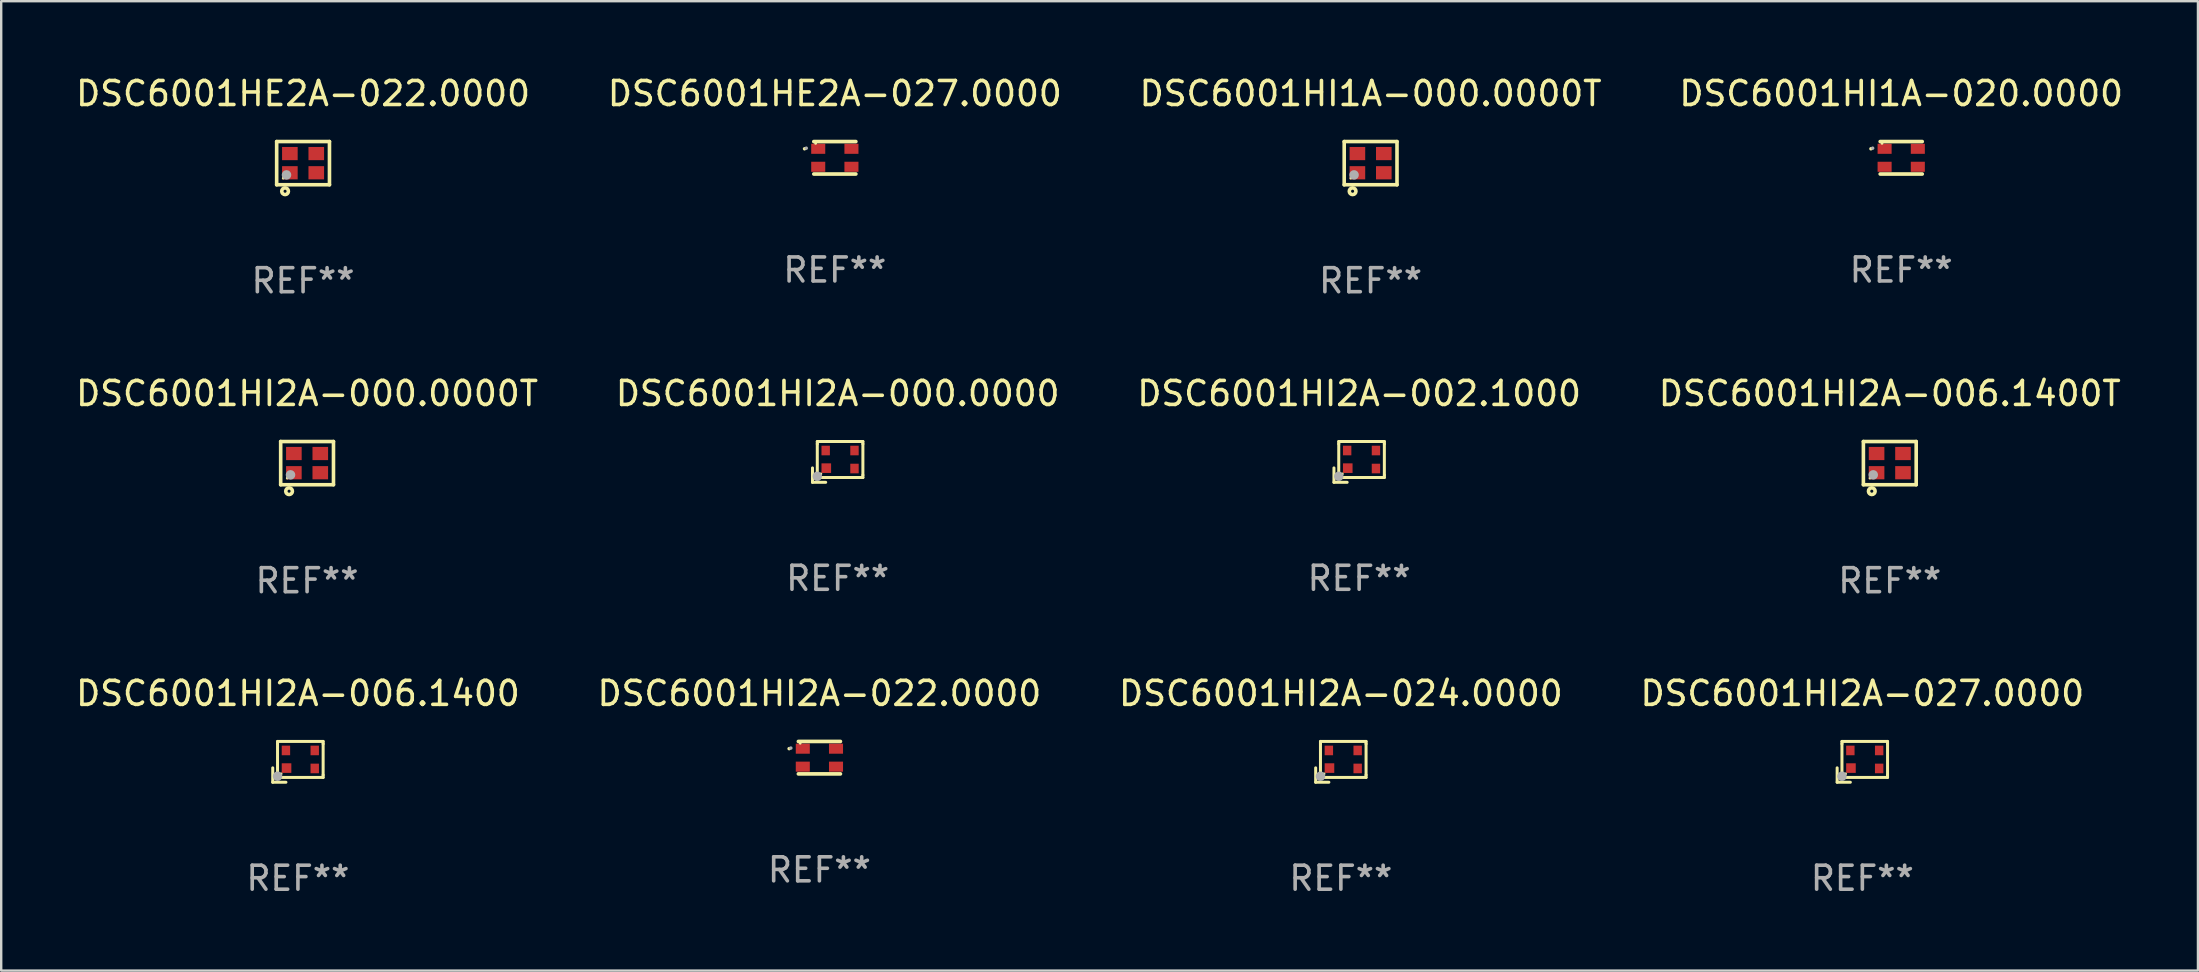
<source format=kicad_pcb>
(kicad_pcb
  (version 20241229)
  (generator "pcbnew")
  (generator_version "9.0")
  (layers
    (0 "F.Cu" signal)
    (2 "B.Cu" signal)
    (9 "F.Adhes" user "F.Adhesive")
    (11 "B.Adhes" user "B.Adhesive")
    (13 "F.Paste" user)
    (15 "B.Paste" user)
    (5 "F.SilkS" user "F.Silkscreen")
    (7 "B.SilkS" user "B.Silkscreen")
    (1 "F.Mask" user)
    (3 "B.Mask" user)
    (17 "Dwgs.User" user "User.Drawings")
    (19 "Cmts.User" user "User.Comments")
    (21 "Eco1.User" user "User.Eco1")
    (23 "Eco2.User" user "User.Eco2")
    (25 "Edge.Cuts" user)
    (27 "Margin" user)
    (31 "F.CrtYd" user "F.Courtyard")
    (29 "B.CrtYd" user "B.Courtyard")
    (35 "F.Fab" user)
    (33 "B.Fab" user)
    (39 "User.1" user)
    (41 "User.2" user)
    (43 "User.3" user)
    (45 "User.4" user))
  (footprint "DSC6001HI2A-002.1000"
    (layer "F.Cu")
    (at 53.577 16.195)
    (property "Reference" "DSC6001HI2A-002.1000" (at 0 -2.85 0) (layer "F.SilkS") (effects (font (size 1 1) (thickness 0.15))))
    (attr through_hole)
    (fp_line (start -1.05 0.25) (end -1.05 0.85) (stroke (width 0.125) (type solid)) (layer "F.SilkS"))
    (fp_line (start -1.05 0.85) (end -0.5 0.85) (stroke (width 0.125) (type solid)) (layer "F.SilkS"))
    (fp_line (start -0.85 -0.85) (end 1.05 -0.85) (stroke (width 0.125) (type solid)) (layer "F.SilkS"))
    (fp_line (start -0.85 -0.75) (end -0.85 -0.85) (stroke (width 0.125) (type solid)) (layer "F.SilkS"))
    (fp_line (start -0.85 -0.75) (end -0.85 0.6) (stroke (width 0.125) (type solid)) (layer "F.SilkS"))
    (fp_line (start -0.85 0.6) (end -0.85 0.65) (stroke (width 0.125) (type solid)) (layer "F.SilkS"))
    (fp_line (start 1.05 -0.85) (end 1.05 -0.75) (stroke (width 0.125) (type solid)) (layer "F.SilkS"))
    (fp_line (start 1.05 -0.75) (end 1.05 0.55) (stroke (width 0.125) (type solid)) (layer "F.SilkS"))
    (fp_line (start 1.05 0.55) (end 1.05 0.65) (stroke (width 0.125) (type solid)) (layer "F.SilkS"))
    (fp_line (start 1.05 0.65) (end -0.85 0.65) (stroke (width 0.125) (type solid)) (layer "F.SilkS"))
    (fp_circle (center -0.7 0.5) (end -0.67 0.5) (stroke (width 0.06) (type solid)) (fill no) (layer "F.SilkS"))
    (fp_circle (center -0.85 0.6) (end -0.75 0.6) (stroke (width 0.2) (type solid)) (fill no) (layer "F.Fab"))
    (fp_text user "REF**" (at 0 4.85 0) (layer "F.Fab") (effects (font (size 1 1) (thickness 0.15))))
    (pad "1" smd rect (at -0.475 0.26) (size 0.4 0.4) (layers "F.Cu" "F.Mask" "F.Paste"))
    (pad "2" smd rect (at 0.7 0.275) (size 0.35 0.4) (layers "F.Cu" "F.Mask" "F.Paste"))
    (pad "3" smd rect (at 0.7 -0.475 180) (size 0.35 0.4) (layers "F.Cu" "F.Mask" "F.Paste"))
    (pad "4" smd rect (at -0.5 -0.475) (size 0.35 0.4) (layers "F.Cu" "F.Mask" "F.Paste")))
  (footprint "DSC6001HI1A-020.0000"
    (layer "F.Cu")
    (at 76.161 3.524)
    (property "Reference" "DSC6001HI1A-020.0000" (at 0 -2.676 0) (layer "F.SilkS") (effects (font (size 1 1) (thickness 0.15))))
    (attr through_hole)
    (fp_line (start -0.876 -0.676) (end 0.876 -0.676) (stroke (width 0.152) (type solid)) (layer "F.SilkS"))
    (fp_line (start -0.876 0.676) (end 0.876 0.676) (stroke (width 0.152) (type solid)) (layer "F.SilkS"))
    (fp_circle (center -1.261 -0.375) (end -1.223 -0.375) (stroke (width 0.075) (type solid)) (fill no) (layer "F.SilkS"))
    (fp_circle (center -0.8 -0.6) (end -0.77 -0.6) (stroke (width 0.06) (type solid)) (fill no) (layer "F.SilkS"))
    (fp_circle (center -1.19 -0.4) (end -1.152 -0.4) (stroke (width 0.075) (type solid)) (fill no) (layer "F.Fab"))
    (fp_text user "REF**" (at 0 4.676 0) (layer "F.Fab") (effects (font (size 1 1) (thickness 0.15))))
    (pad "1" smd rect (at -0.692 -0.375) (size 0.585 0.42) (layers "F.Cu" "F.Mask" "F.Paste"))
    (pad "2" smd rect (at -0.692 0.375) (size 0.585 0.42) (layers "F.Cu" "F.Mask" "F.Paste"))
    (pad "3" smd rect (at 0.692 0.375) (size 0.585 0.42) (layers "F.Cu" "F.Mask" "F.Paste"))
    (pad "4" smd rect (at 0.692 -0.375) (size 0.585 0.42) (layers "F.Cu" "F.Mask" "F.Paste")))
  (footprint "DSC6001HI2A-027.0000"
    (layer "F.Cu")
    (at 74.542 28.691)
    (property "Reference" "DSC6001HI2A-027.0000" (at 0 -2.85 0) (layer "F.SilkS") (effects (font (size 1 1) (thickness 0.15))))
    (attr through_hole)
    (fp_line (start -1.05 0.25) (end -1.05 0.85) (stroke (width 0.125) (type solid)) (layer "F.SilkS"))
    (fp_line (start -1.05 0.85) (end -0.5 0.85) (stroke (width 0.125) (type solid)) (layer "F.SilkS"))
    (fp_line (start -0.85 -0.85) (end 1.05 -0.85) (stroke (width 0.125) (type solid)) (layer "F.SilkS"))
    (fp_line (start -0.85 -0.75) (end -0.85 -0.85) (stroke (width 0.125) (type solid)) (layer "F.SilkS"))
    (fp_line (start -0.85 -0.75) (end -0.85 0.6) (stroke (width 0.125) (type solid)) (layer "F.SilkS"))
    (fp_line (start -0.85 0.6) (end -0.85 0.65) (stroke (width 0.125) (type solid)) (layer "F.SilkS"))
    (fp_line (start 1.05 -0.85) (end 1.05 -0.75) (stroke (width 0.125) (type solid)) (layer "F.SilkS"))
    (fp_line (start 1.05 -0.75) (end 1.05 0.55) (stroke (width 0.125) (type solid)) (layer "F.SilkS"))
    (fp_line (start 1.05 0.55) (end 1.05 0.65) (stroke (width 0.125) (type solid)) (layer "F.SilkS"))
    (fp_line (start 1.05 0.65) (end -0.85 0.65) (stroke (width 0.125) (type solid)) (layer "F.SilkS"))
    (fp_circle (center -0.7 0.5) (end -0.67 0.5) (stroke (width 0.06) (type solid)) (fill no) (layer "F.SilkS"))
    (fp_circle (center -0.85 0.6) (end -0.75 0.6) (stroke (width 0.2) (type solid)) (fill no) (layer "F.Fab"))
    (fp_text user "REF**" (at 0 4.85 0) (layer "F.Fab") (effects (font (size 1 1) (thickness 0.15))))
    (pad "1" smd rect (at -0.475 0.26) (size 0.4 0.4) (layers "F.Cu" "F.Mask" "F.Paste"))
    (pad "2" smd rect (at 0.7 0.275) (size 0.35 0.4) (layers "F.Cu" "F.Mask" "F.Paste"))
    (pad "3" smd rect (at 0.7 -0.475 180) (size 0.35 0.4) (layers "F.Cu" "F.Mask" "F.Paste"))
    (pad "4" smd rect (at -0.5 -0.475) (size 0.35 0.4) (layers "F.Cu" "F.Mask" "F.Paste")))
  (footprint "DSC6001HI2A-024.0000"
    (layer "F.Cu")
    (at 52.815 28.691)
    (property "Reference" "DSC6001HI2A-024.0000" (at 0 -2.85 0) (layer "F.SilkS") (effects (font (size 1 1) (thickness 0.15))))
    (attr through_hole)
    (fp_line (start -1.05 0.25) (end -1.05 0.85) (stroke (width 0.125) (type solid)) (layer "F.SilkS"))
    (fp_line (start -1.05 0.85) (end -0.5 0.85) (stroke (width 0.125) (type solid)) (layer "F.SilkS"))
    (fp_line (start -0.85 -0.85) (end 1.05 -0.85) (stroke (width 0.125) (type solid)) (layer "F.SilkS"))
    (fp_line (start -0.85 -0.75) (end -0.85 -0.85) (stroke (width 0.125) (type solid)) (layer "F.SilkS"))
    (fp_line (start -0.85 -0.75) (end -0.85 0.6) (stroke (width 0.125) (type solid)) (layer "F.SilkS"))
    (fp_line (start -0.85 0.6) (end -0.85 0.65) (stroke (width 0.125) (type solid)) (layer "F.SilkS"))
    (fp_line (start 1.05 -0.85) (end 1.05 -0.75) (stroke (width 0.125) (type solid)) (layer "F.SilkS"))
    (fp_line (start 1.05 -0.75) (end 1.05 0.55) (stroke (width 0.125) (type solid)) (layer "F.SilkS"))
    (fp_line (start 1.05 0.55) (end 1.05 0.65) (stroke (width 0.125) (type solid)) (layer "F.SilkS"))
    (fp_line (start 1.05 0.65) (end -0.85 0.65) (stroke (width 0.125) (type solid)) (layer "F.SilkS"))
    (fp_circle (center -0.7 0.5) (end -0.67 0.5) (stroke (width 0.06) (type solid)) (fill no) (layer "F.SilkS"))
    (fp_circle (center -0.85 0.6) (end -0.75 0.6) (stroke (width 0.2) (type solid)) (fill no) (layer "F.Fab"))
    (fp_text user "REF**" (at 0 4.85 0) (layer "F.Fab") (effects (font (size 1 1) (thickness 0.15))))
    (pad "1" smd rect (at -0.475 0.26) (size 0.4 0.4) (layers "F.Cu" "F.Mask" "F.Paste"))
    (pad "2" smd rect (at 0.7 0.275) (size 0.35 0.4) (layers "F.Cu" "F.Mask" "F.Paste"))
    (pad "3" smd rect (at 0.7 -0.475 180) (size 0.35 0.4) (layers "F.Cu" "F.Mask" "F.Paste"))
    (pad "4" smd rect (at -0.5 -0.475) (size 0.35 0.4) (layers "F.Cu" "F.Mask" "F.Paste")))
  (footprint "DSC6001HE2A-022.0000"
    (layer "F.Cu")
    (at 9.577 3.748)
    (property "Reference" "DSC6001HE2A-022.0000" (at 0 -2.9 0) (layer "F.SilkS") (effects (font (size 1 1) (thickness 0.15))))
    (attr through_hole)
    (fp_line (start -1.1 -0.9) (end -1.1 0.9) (stroke (width 0.15) (type solid)) (layer "F.SilkS"))
    (fp_line (start -1.1 -0.9) (end 1.1 -0.9) (stroke (width 0.15) (type solid)) (layer "F.SilkS"))
    (fp_line (start -1.1 0.9) (end 1.1 0.9) (stroke (width 0.15) (type solid)) (layer "F.SilkS"))
    (fp_line (start 1.1 -0.9) (end 1.1 0.9) (stroke (width 0.15) (type solid)) (layer "F.SilkS"))
    (fp_circle (center -0.825 0.625) (end -0.795 0.625) (stroke (width 0.06) (type solid)) (fill no) (layer "F.SilkS"))
    (fp_circle (center -0.75 1.17) (end -0.686 1.17) (stroke (width 0.15) (type solid)) (fill no) (layer "F.SilkS"))
    (fp_circle (center -0.69 0.49) (end -0.59 0.49) (stroke (width 0.2) (type solid)) (fill no) (layer "F.Fab"))
    (fp_text user "REF**" (at 0 4.9 0) (layer "F.Fab") (effects (font (size 1 1) (thickness 0.15))))
    (pad "1" smd rect (at -0.55 0.4) (size 0.65 0.55) (layers "F.Cu" "F.Mask" "F.Paste"))
    (pad "2" smd rect (at 0.55 0.4) (size 0.65 0.55) (layers "F.Cu" "F.Mask" "F.Paste"))
    (pad "3" smd rect (at 0.55 -0.4) (size 0.65 0.55) (layers "F.Cu" "F.Mask" "F.Paste"))
    (pad "4" smd rect (at -0.55 -0.4) (size 0.65 0.55) (layers "F.Cu" "F.Mask" "F.Paste")))
  (footprint "DSC6001HI2A-022.0000"
    (layer "F.Cu")
    (at 31.089 28.517)
    (property "Reference" "DSC6001HI2A-022.0000" (at 0 -2.676 0) (layer "F.SilkS") (effects (font (size 1 1) (thickness 0.15))))
    (attr through_hole)
    (fp_line (start -0.876 -0.676) (end 0.876 -0.676) (stroke (width 0.152) (type solid)) (layer "F.SilkS"))
    (fp_line (start -0.876 0.676) (end 0.876 0.676) (stroke (width 0.152) (type solid)) (layer "F.SilkS"))
    (fp_circle (center -1.261 -0.375) (end -1.223 -0.375) (stroke (width 0.075) (type solid)) (fill no) (layer "F.SilkS"))
    (fp_circle (center -0.8 -0.6) (end -0.77 -0.6) (stroke (width 0.06) (type solid)) (fill no) (layer "F.SilkS"))
    (fp_circle (center -1.19 -0.4) (end -1.152 -0.4) (stroke (width 0.075) (type solid)) (fill no) (layer "F.Fab"))
    (fp_text user "REF**" (at 0 4.676 0) (layer "F.Fab") (effects (font (size 1 1) (thickness 0.15))))
    (pad "1" smd rect (at -0.692 -0.375) (size 0.585 0.42) (layers "F.Cu" "F.Mask" "F.Paste"))
    (pad "2" smd rect (at -0.692 0.375) (size 0.585 0.42) (layers "F.Cu" "F.Mask" "F.Paste"))
    (pad "3" smd rect (at 0.692 0.375) (size 0.585 0.42) (layers "F.Cu" "F.Mask" "F.Paste"))
    (pad "4" smd rect (at 0.692 -0.375) (size 0.585 0.42) (layers "F.Cu" "F.Mask" "F.Paste")))
  (footprint "DSC6001HI2A-006.1400T"
    (layer "F.Cu")
    (at 75.685 16.245)
    (property "Reference" "DSC6001HI2A-006.1400T" (at 0 -2.9 0) (layer "F.SilkS") (effects (font (size 1 1) (thickness 0.15))))
    (attr through_hole)
    (fp_line (start -1.1 -0.9) (end -1.1 0.9) (stroke (width 0.15) (type solid)) (layer "F.SilkS"))
    (fp_line (start -1.1 -0.9) (end 1.1 -0.9) (stroke (width 0.15) (type solid)) (layer "F.SilkS"))
    (fp_line (start -1.1 0.9) (end 1.1 0.9) (stroke (width 0.15) (type solid)) (layer "F.SilkS"))
    (fp_line (start 1.1 -0.9) (end 1.1 0.9) (stroke (width 0.15) (type solid)) (layer "F.SilkS"))
    (fp_circle (center -0.825 0.625) (end -0.795 0.625) (stroke (width 0.06) (type solid)) (fill no) (layer "F.SilkS"))
    (fp_circle (center -0.75 1.17) (end -0.686 1.17) (stroke (width 0.15) (type solid)) (fill no) (layer "F.SilkS"))
    (fp_circle (center -0.69 0.49) (end -0.59 0.49) (stroke (width 0.2) (type solid)) (fill no) (layer "F.Fab"))
    (fp_text user "REF**" (at 0 4.9 0) (layer "F.Fab") (effects (font (size 1 1) (thickness 0.15))))
    (pad "1" smd rect (at -0.55 0.4) (size 0.65 0.55) (layers "F.Cu" "F.Mask" "F.Paste"))
    (pad "2" smd rect (at 0.55 0.4) (size 0.65 0.55) (layers "F.Cu" "F.Mask" "F.Paste"))
    (pad "3" smd rect (at 0.55 -0.4) (size 0.65 0.55) (layers "F.Cu" "F.Mask" "F.Paste"))
    (pad "4" smd rect (at -0.55 -0.4) (size 0.65 0.55) (layers "F.Cu" "F.Mask" "F.Paste")))
  (footprint "DSC6001HE2A-027.0000"
    (layer "F.Cu")
    (at 31.732 3.524)
    (property "Reference" "DSC6001HE2A-027.0000" (at 0 -2.676 0) (layer "F.SilkS") (effects (font (size 1 1) (thickness 0.15))))
    (attr through_hole)
    (fp_line (start -0.876 -0.676) (end 0.876 -0.676) (stroke (width 0.152) (type solid)) (layer "F.SilkS"))
    (fp_line (start -0.876 0.676) (end 0.876 0.676) (stroke (width 0.152) (type solid)) (layer "F.SilkS"))
    (fp_circle (center -1.261 -0.375) (end -1.223 -0.375) (stroke (width 0.075) (type solid)) (fill no) (layer "F.SilkS"))
    (fp_circle (center -0.8 -0.6) (end -0.77 -0.6) (stroke (width 0.06) (type solid)) (fill no) (layer "F.SilkS"))
    (fp_circle (center -1.19 -0.4) (end -1.152 -0.4) (stroke (width 0.075) (type solid)) (fill no) (layer "F.Fab"))
    (fp_text user "REF**" (at 0 4.676 0) (layer "F.Fab") (effects (font (size 1 1) (thickness 0.15))))
    (pad "1" smd rect (at -0.692 -0.375) (size 0.585 0.42) (layers "F.Cu" "F.Mask" "F.Paste"))
    (pad "2" smd rect (at -0.692 0.375) (size 0.585 0.42) (layers "F.Cu" "F.Mask" "F.Paste"))
    (pad "3" smd rect (at 0.692 0.375) (size 0.585 0.42) (layers "F.Cu" "F.Mask" "F.Paste"))
    (pad "4" smd rect (at 0.692 -0.375) (size 0.585 0.42) (layers "F.Cu" "F.Mask" "F.Paste")))
  (footprint "DSC6001HI2A-000.0000"
    (layer "F.Cu")
    (at 31.851 16.195)
    (property "Reference" "DSC6001HI2A-000.0000" (at 0 -2.85 0) (layer "F.SilkS") (effects (font (size 1 1) (thickness 0.15))))
    (attr through_hole)
    (fp_line (start -1.05 0.25) (end -1.05 0.85) (stroke (width 0.125) (type solid)) (layer "F.SilkS"))
    (fp_line (start -1.05 0.85) (end -0.5 0.85) (stroke (width 0.125) (type solid)) (layer "F.SilkS"))
    (fp_line (start -0.85 -0.85) (end 1.05 -0.85) (stroke (width 0.125) (type solid)) (layer "F.SilkS"))
    (fp_line (start -0.85 -0.75) (end -0.85 -0.85) (stroke (width 0.125) (type solid)) (layer "F.SilkS"))
    (fp_line (start -0.85 -0.75) (end -0.85 0.6) (stroke (width 0.125) (type solid)) (layer "F.SilkS"))
    (fp_line (start -0.85 0.6) (end -0.85 0.65) (stroke (width 0.125) (type solid)) (layer "F.SilkS"))
    (fp_line (start 1.05 -0.85) (end 1.05 -0.75) (stroke (width 0.125) (type solid)) (layer "F.SilkS"))
    (fp_line (start 1.05 -0.75) (end 1.05 0.55) (stroke (width 0.125) (type solid)) (layer "F.SilkS"))
    (fp_line (start 1.05 0.55) (end 1.05 0.65) (stroke (width 0.125) (type solid)) (layer "F.SilkS"))
    (fp_line (start 1.05 0.65) (end -0.85 0.65) (stroke (width 0.125) (type solid)) (layer "F.SilkS"))
    (fp_circle (center -0.7 0.5) (end -0.67 0.5) (stroke (width 0.06) (type solid)) (fill no) (layer "F.SilkS"))
    (fp_circle (center -0.85 0.6) (end -0.75 0.6) (stroke (width 0.2) (type solid)) (fill no) (layer "F.Fab"))
    (fp_text user "REF**" (at 0 4.85 0) (layer "F.Fab") (effects (font (size 1 1) (thickness 0.15))))
    (pad "1" smd rect (at -0.475 0.26) (size 0.4 0.4) (layers "F.Cu" "F.Mask" "F.Paste"))
    (pad "2" smd rect (at 0.7 0.275) (size 0.35 0.4) (layers "F.Cu" "F.Mask" "F.Paste"))
    (pad "3" smd rect (at 0.7 -0.475 180) (size 0.35 0.4) (layers "F.Cu" "F.Mask" "F.Paste"))
    (pad "4" smd rect (at -0.5 -0.475) (size 0.35 0.4) (layers "F.Cu" "F.Mask" "F.Paste")))
  (footprint "DSC6001HI2A-006.1400"
    (layer "F.Cu")
    (at 9.363 28.691)
    (property "Reference" "DSC6001HI2A-006.1400" (at 0 -2.85 0) (layer "F.SilkS") (effects (font (size 1 1) (thickness 0.15))))
    (attr through_hole)
    (fp_line (start -1.05 0.25) (end -1.05 0.85) (stroke (width 0.125) (type solid)) (layer "F.SilkS"))
    (fp_line (start -1.05 0.85) (end -0.5 0.85) (stroke (width 0.125) (type solid)) (layer "F.SilkS"))
    (fp_line (start -0.85 -0.85) (end 1.05 -0.85) (stroke (width 0.125) (type solid)) (layer "F.SilkS"))
    (fp_line (start -0.85 -0.75) (end -0.85 -0.85) (stroke (width 0.125) (type solid)) (layer "F.SilkS"))
    (fp_line (start -0.85 -0.75) (end -0.85 0.6) (stroke (width 0.125) (type solid)) (layer "F.SilkS"))
    (fp_line (start -0.85 0.6) (end -0.85 0.65) (stroke (width 0.125) (type solid)) (layer "F.SilkS"))
    (fp_line (start 1.05 -0.85) (end 1.05 -0.75) (stroke (width 0.125) (type solid)) (layer "F.SilkS"))
    (fp_line (start 1.05 -0.75) (end 1.05 0.55) (stroke (width 0.125) (type solid)) (layer "F.SilkS"))
    (fp_line (start 1.05 0.55) (end 1.05 0.65) (stroke (width 0.125) (type solid)) (layer "F.SilkS"))
    (fp_line (start 1.05 0.65) (end -0.85 0.65) (stroke (width 0.125) (type solid)) (layer "F.SilkS"))
    (fp_circle (center -0.7 0.5) (end -0.67 0.5) (stroke (width 0.06) (type solid)) (fill no) (layer "F.SilkS"))
    (fp_circle (center -0.85 0.6) (end -0.75 0.6) (stroke (width 0.2) (type solid)) (fill no) (layer "F.Fab"))
    (fp_text user "REF**" (at 0 4.85 0) (layer "F.Fab") (effects (font (size 1 1) (thickness 0.15))))
    (pad "1" smd rect (at -0.475 0.26) (size 0.4 0.4) (layers "F.Cu" "F.Mask" "F.Paste"))
    (pad "2" smd rect (at 0.7 0.275) (size 0.35 0.4) (layers "F.Cu" "F.Mask" "F.Paste"))
    (pad "3" smd rect (at 0.7 -0.475 180) (size 0.35 0.4) (layers "F.Cu" "F.Mask" "F.Paste"))
    (pad "4" smd rect (at -0.5 -0.475) (size 0.35 0.4) (layers "F.Cu" "F.Mask" "F.Paste")))
  (footprint "DSC6001HI1A-000.0000T"
    (layer "F.Cu")
    (at 54.054 3.748)
    (property "Reference" "DSC6001HI1A-000.0000T" (at 0 -2.9 0) (layer "F.SilkS") (effects (font (size 1 1) (thickness 0.15))))
    (attr through_hole)
    (fp_line (start -1.1 -0.9) (end -1.1 0.9) (stroke (width 0.15) (type solid)) (layer "F.SilkS"))
    (fp_line (start -1.1 -0.9) (end 1.1 -0.9) (stroke (width 0.15) (type solid)) (layer "F.SilkS"))
    (fp_line (start -1.1 0.9) (end 1.1 0.9) (stroke (width 0.15) (type solid)) (layer "F.SilkS"))
    (fp_line (start 1.1 -0.9) (end 1.1 0.9) (stroke (width 0.15) (type solid)) (layer "F.SilkS"))
    (fp_circle (center -0.825 0.625) (end -0.795 0.625) (stroke (width 0.06) (type solid)) (fill no) (layer "F.SilkS"))
    (fp_circle (center -0.75 1.17) (end -0.686 1.17) (stroke (width 0.15) (type solid)) (fill no) (layer "F.SilkS"))
    (fp_circle (center -0.69 0.49) (end -0.59 0.49) (stroke (width 0.2) (type solid)) (fill no) (layer "F.Fab"))
    (fp_text user "REF**" (at 0 4.9 0) (layer "F.Fab") (effects (font (size 1 1) (thickness 0.15))))
    (pad "1" smd rect (at -0.55 0.4) (size 0.65 0.55) (layers "F.Cu" "F.Mask" "F.Paste"))
    (pad "2" smd rect (at 0.55 0.4) (size 0.65 0.55) (layers "F.Cu" "F.Mask" "F.Paste"))
    (pad "3" smd rect (at 0.55 -0.4) (size 0.65 0.55) (layers "F.Cu" "F.Mask" "F.Paste"))
    (pad "4" smd rect (at -0.55 -0.4) (size 0.65 0.55) (layers "F.Cu" "F.Mask" "F.Paste")))
  (footprint "DSC6001HI2A-000.0000T"
    (layer "F.Cu")
    (at 9.744 16.245)
    (property "Reference" "DSC6001HI2A-000.0000T" (at 0 -2.9 0) (layer "F.SilkS") (effects (font (size 1 1) (thickness 0.15))))
    (attr through_hole)
    (fp_line (start -1.1 -0.9) (end -1.1 0.9) (stroke (width 0.15) (type solid)) (layer "F.SilkS"))
    (fp_line (start -1.1 -0.9) (end 1.1 -0.9) (stroke (width 0.15) (type solid)) (layer "F.SilkS"))
    (fp_line (start -1.1 0.9) (end 1.1 0.9) (stroke (width 0.15) (type solid)) (layer "F.SilkS"))
    (fp_line (start 1.1 -0.9) (end 1.1 0.9) (stroke (width 0.15) (type solid)) (layer "F.SilkS"))
    (fp_circle (center -0.825 0.625) (end -0.795 0.625) (stroke (width 0.06) (type solid)) (fill no) (layer "F.SilkS"))
    (fp_circle (center -0.75 1.17) (end -0.686 1.17) (stroke (width 0.15) (type solid)) (fill no) (layer "F.SilkS"))
    (fp_circle (center -0.69 0.49) (end -0.59 0.49) (stroke (width 0.2) (type solid)) (fill no) (layer "F.Fab"))
    (fp_text user "REF**" (at 0 4.9 0) (layer "F.Fab") (effects (font (size 1 1) (thickness 0.15))))
    (pad "1" smd rect (at -0.55 0.4) (size 0.65 0.55) (layers "F.Cu" "F.Mask" "F.Paste"))
    (pad "2" smd rect (at 0.55 0.4) (size 0.65 0.55) (layers "F.Cu" "F.Mask" "F.Paste"))
    (pad "3" smd rect (at 0.55 -0.4) (size 0.65 0.55) (layers "F.Cu" "F.Mask" "F.Paste"))
    (pad "4" smd rect (at -0.55 -0.4) (size 0.65 0.55) (layers "F.Cu" "F.Mask" "F.Paste")))
  (gr_rect
    (start -3 -3)
    (end 88.524 37.389)
    (stroke (width 0.1) (type default))
    (fill no)
    (layer "Edge.Cuts")))
</source>
